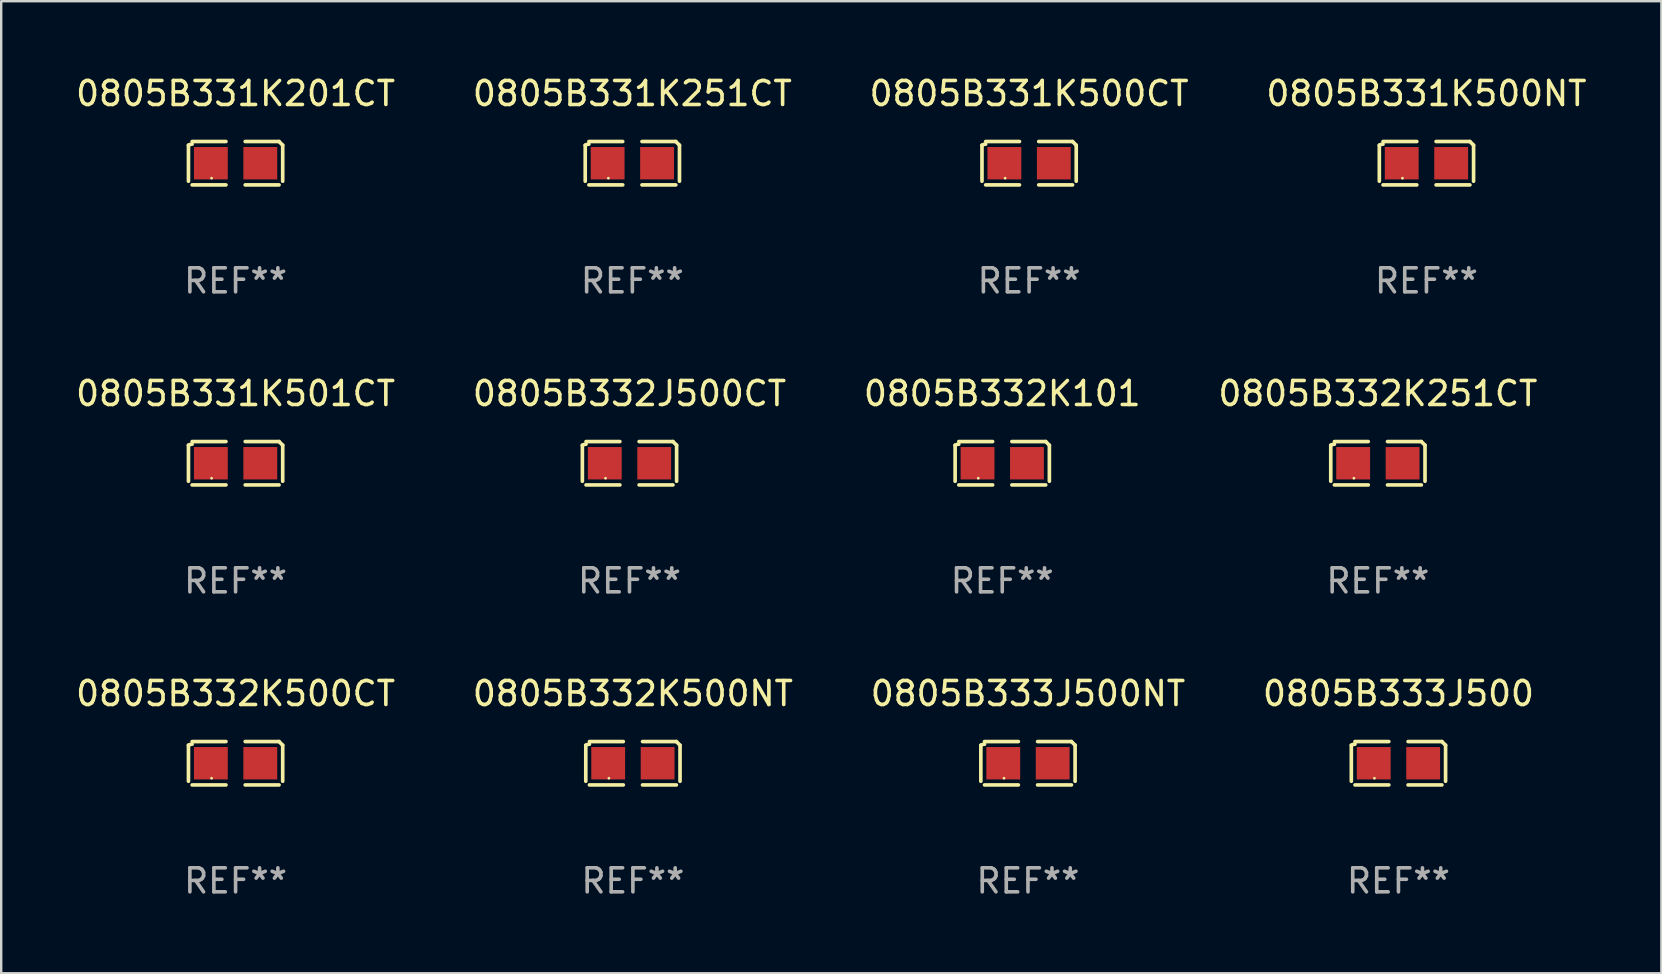
<source format=kicad_pcb>
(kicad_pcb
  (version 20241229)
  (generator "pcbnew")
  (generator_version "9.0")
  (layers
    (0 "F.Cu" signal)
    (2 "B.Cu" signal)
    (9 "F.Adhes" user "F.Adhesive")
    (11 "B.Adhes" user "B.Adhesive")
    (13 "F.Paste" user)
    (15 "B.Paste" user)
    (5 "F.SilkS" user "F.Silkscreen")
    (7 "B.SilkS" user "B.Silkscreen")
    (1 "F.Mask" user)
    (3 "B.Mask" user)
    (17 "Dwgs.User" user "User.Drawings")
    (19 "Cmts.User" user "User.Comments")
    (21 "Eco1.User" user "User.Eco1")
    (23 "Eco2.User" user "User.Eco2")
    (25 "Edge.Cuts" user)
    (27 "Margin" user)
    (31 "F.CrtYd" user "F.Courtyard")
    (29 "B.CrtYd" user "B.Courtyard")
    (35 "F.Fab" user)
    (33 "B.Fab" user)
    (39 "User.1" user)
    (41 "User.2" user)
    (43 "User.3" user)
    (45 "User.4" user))
  (footprint "0805B332K251CT"
    (layer "F.Cu")
    (at 54.375 16.256)
    (property "Reference" "0805B332K251CT" (at 0 -2.904 0) (layer "F.SilkS") (effects (font (size 1 1) (thickness 0.15))))
    (attr through_hole)
    (fp_line (start -1.964 0.751) (end -1.964 -0.751) (stroke (width 0.152) (type solid)) (layer "F.SilkS"))
    (fp_line (start -1.811 -0.904) (end -0.401 -0.904) (stroke (width 0.152) (type solid)) (layer "F.SilkS"))
    (fp_line (start -0.401 0.904) (end -1.811 0.904) (stroke (width 0.152) (type solid)) (layer "F.SilkS"))
    (fp_line (start 0.401 0.904) (end 1.811 0.904) (stroke (width 0.152) (type solid)) (layer "F.SilkS"))
    (fp_line (start 1.811 -0.904) (end 0.401 -0.904) (stroke (width 0.152) (type solid)) (layer "F.SilkS"))
    (fp_line (start 1.964 0.751) (end 1.964 -0.751) (stroke (width 0.152) (type solid)) (layer "F.SilkS"))
    (fp_arc (start -1.963602 -0.751207) (mid -1.890354 -0.783131) (end -1.811201 -0.794044) (stroke (width 0.1524) (type solid)) (layer "F.SilkS"))
    (fp_arc (start 1.811202 -0.903607) (mid 1.887413 -0.827418) (end 1.963602 -0.751207) (stroke (width 0.1524) (type solid)) (layer "F.SilkS"))
    (fp_circle (center -1 0.625) (end -0.97 0.625) (stroke (width 0.06) (type solid)) (fill no) (layer "F.SilkS"))
    (fp_text user "REF**" (at 0 4.904 0) (layer "F.Fab") (effects (font (size 1 1) (thickness 0.15))))
    (pad "1" smd rect (at -1.03 0) (size 1.41 1.35) (layers "F.Cu" "F.Mask" "F.Paste"))
    (pad "2" smd rect (at 1.03 0) (size 1.41 1.35) (layers "F.Cu" "F.Mask" "F.Paste")))
  (footprint "0805B333J500"
    (layer "F.Cu")
    (at 55.232 28.759)
    (property "Reference" "0805B333J500" (at 0 -2.904 0) (layer "F.SilkS") (effects (font (size 1 1) (thickness 0.15))))
    (attr through_hole)
    (fp_line (start -1.964 0.751) (end -1.964 -0.751) (stroke (width 0.152) (type solid)) (layer "F.SilkS"))
    (fp_line (start -1.811 -0.904) (end -0.401 -0.904) (stroke (width 0.152) (type solid)) (layer "F.SilkS"))
    (fp_line (start -0.401 0.904) (end -1.811 0.904) (stroke (width 0.152) (type solid)) (layer "F.SilkS"))
    (fp_line (start 0.401 0.904) (end 1.811 0.904) (stroke (width 0.152) (type solid)) (layer "F.SilkS"))
    (fp_line (start 1.811 -0.904) (end 0.401 -0.904) (stroke (width 0.152) (type solid)) (layer "F.SilkS"))
    (fp_line (start 1.964 0.751) (end 1.964 -0.751) (stroke (width 0.152) (type solid)) (layer "F.SilkS"))
    (fp_arc (start -1.963602 -0.751207) (mid -1.890354 -0.783131) (end -1.811201 -0.794044) (stroke (width 0.1524) (type solid)) (layer "F.SilkS"))
    (fp_arc (start 1.811202 -0.903607) (mid 1.887413 -0.827418) (end 1.963602 -0.751207) (stroke (width 0.1524) (type solid)) (layer "F.SilkS"))
    (fp_circle (center -1 0.625) (end -0.97 0.625) (stroke (width 0.06) (type solid)) (fill no) (layer "F.SilkS"))
    (fp_text user "REF**" (at 0 4.904 0) (layer "F.Fab") (effects (font (size 1 1) (thickness 0.15))))
    (pad "1" smd rect (at -1.03 0) (size 1.41 1.35) (layers "F.Cu" "F.Mask" "F.Paste"))
    (pad "2" smd rect (at 1.03 0) (size 1.41 1.35) (layers "F.Cu" "F.Mask" "F.Paste")))
  (footprint "0805B331K500CT"
    (layer "F.Cu")
    (at 39.839 3.752)
    (property "Reference" "0805B331K500CT" (at 0 -2.904 0) (layer "F.SilkS") (effects (font (size 1 1) (thickness 0.15))))
    (attr through_hole)
    (fp_line (start -1.964 0.751) (end -1.964 -0.751) (stroke (width 0.152) (type solid)) (layer "F.SilkS"))
    (fp_line (start -1.811 -0.904) (end -0.401 -0.904) (stroke (width 0.152) (type solid)) (layer "F.SilkS"))
    (fp_line (start -0.401 0.904) (end -1.811 0.904) (stroke (width 0.152) (type solid)) (layer "F.SilkS"))
    (fp_line (start 0.401 0.904) (end 1.811 0.904) (stroke (width 0.152) (type solid)) (layer "F.SilkS"))
    (fp_line (start 1.811 -0.904) (end 0.401 -0.904) (stroke (width 0.152) (type solid)) (layer "F.SilkS"))
    (fp_line (start 1.964 0.751) (end 1.964 -0.751) (stroke (width 0.152) (type solid)) (layer "F.SilkS"))
    (fp_arc (start -1.963602 -0.751207) (mid -1.890354 -0.783131) (end -1.811201 -0.794044) (stroke (width 0.1524) (type solid)) (layer "F.SilkS"))
    (fp_arc (start 1.811202 -0.903607) (mid 1.887413 -0.827418) (end 1.963602 -0.751207) (stroke (width 0.1524) (type solid)) (layer "F.SilkS"))
    (fp_circle (center -1 0.625) (end -0.97 0.625) (stroke (width 0.06) (type solid)) (fill no) (layer "F.SilkS"))
    (fp_text user "REF**" (at 0 4.904 0) (layer "F.Fab") (effects (font (size 1 1) (thickness 0.15))))
    (pad "1" smd rect (at -1.03 0) (size 1.41 1.35) (layers "F.Cu" "F.Mask" "F.Paste"))
    (pad "2" smd rect (at 1.03 0) (size 1.41 1.35) (layers "F.Cu" "F.Mask" "F.Paste")))
  (footprint "0805B333J500NT"
    (layer "F.Cu")
    (at 39.792 28.759)
    (property "Reference" "0805B333J500NT" (at 0 -2.904 0) (layer "F.SilkS") (effects (font (size 1 1) (thickness 0.15))))
    (attr through_hole)
    (fp_line (start -1.964 0.751) (end -1.964 -0.751) (stroke (width 0.152) (type solid)) (layer "F.SilkS"))
    (fp_line (start -1.811 -0.904) (end -0.401 -0.904) (stroke (width 0.152) (type solid)) (layer "F.SilkS"))
    (fp_line (start -0.401 0.904) (end -1.811 0.904) (stroke (width 0.152) (type solid)) (layer "F.SilkS"))
    (fp_line (start 0.401 0.904) (end 1.811 0.904) (stroke (width 0.152) (type solid)) (layer "F.SilkS"))
    (fp_line (start 1.811 -0.904) (end 0.401 -0.904) (stroke (width 0.152) (type solid)) (layer "F.SilkS"))
    (fp_line (start 1.964 0.751) (end 1.964 -0.751) (stroke (width 0.152) (type solid)) (layer "F.SilkS"))
    (fp_arc (start -1.963602 -0.751207) (mid -1.890354 -0.783131) (end -1.811201 -0.794044) (stroke (width 0.1524) (type solid)) (layer "F.SilkS"))
    (fp_arc (start 1.811202 -0.903607) (mid 1.887413 -0.827418) (end 1.963602 -0.751207) (stroke (width 0.1524) (type solid)) (layer "F.SilkS"))
    (fp_circle (center -1 0.625) (end -0.97 0.625) (stroke (width 0.06) (type solid)) (fill no) (layer "F.SilkS"))
    (fp_text user "REF**" (at 0 4.904 0) (layer "F.Fab") (effects (font (size 1 1) (thickness 0.15))))
    (pad "1" smd rect (at -1.03 0) (size 1.41 1.35) (layers "F.Cu" "F.Mask" "F.Paste"))
    (pad "2" smd rect (at 1.03 0) (size 1.41 1.35) (layers "F.Cu" "F.Mask" "F.Paste")))
  (footprint "0805B332J500CT"
    (layer "F.Cu")
    (at 23.185 16.256)
    (property "Reference" "0805B332J500CT" (at 0 -2.904 0) (layer "F.SilkS") (effects (font (size 1 1) (thickness 0.15))))
    (attr through_hole)
    (fp_line (start -1.964 0.751) (end -1.964 -0.751) (stroke (width 0.152) (type solid)) (layer "F.SilkS"))
    (fp_line (start -1.811 -0.904) (end -0.401 -0.904) (stroke (width 0.152) (type solid)) (layer "F.SilkS"))
    (fp_line (start -0.401 0.904) (end -1.811 0.904) (stroke (width 0.152) (type solid)) (layer "F.SilkS"))
    (fp_line (start 0.401 0.904) (end 1.811 0.904) (stroke (width 0.152) (type solid)) (layer "F.SilkS"))
    (fp_line (start 1.811 -0.904) (end 0.401 -0.904) (stroke (width 0.152) (type solid)) (layer "F.SilkS"))
    (fp_line (start 1.964 0.751) (end 1.964 -0.751) (stroke (width 0.152) (type solid)) (layer "F.SilkS"))
    (fp_arc (start -1.963602 -0.751207) (mid -1.890354 -0.783131) (end -1.811201 -0.794044) (stroke (width 0.1524) (type solid)) (layer "F.SilkS"))
    (fp_arc (start 1.811202 -0.903607) (mid 1.887413 -0.827418) (end 1.963602 -0.751207) (stroke (width 0.1524) (type solid)) (layer "F.SilkS"))
    (fp_circle (center -1 0.625) (end -0.97 0.625) (stroke (width 0.06) (type solid)) (fill no) (layer "F.SilkS"))
    (fp_text user "REF**" (at 0 4.904 0) (layer "F.Fab") (effects (font (size 1 1) (thickness 0.15))))
    (pad "1" smd rect (at -1.03 0) (size 1.41 1.35) (layers "F.Cu" "F.Mask" "F.Paste"))
    (pad "2" smd rect (at 1.03 0) (size 1.41 1.35) (layers "F.Cu" "F.Mask" "F.Paste")))
  (footprint "0805B332K500CT"
    (layer "F.Cu")
    (at 6.768 28.759)
    (property "Reference" "0805B332K500CT" (at 0 -2.904 0) (layer "F.SilkS") (effects (font (size 1 1) (thickness 0.15))))
    (attr through_hole)
    (fp_line (start -1.964 0.751) (end -1.964 -0.751) (stroke (width 0.152) (type solid)) (layer "F.SilkS"))
    (fp_line (start -1.811 -0.904) (end -0.401 -0.904) (stroke (width 0.152) (type solid)) (layer "F.SilkS"))
    (fp_line (start -0.401 0.904) (end -1.811 0.904) (stroke (width 0.152) (type solid)) (layer "F.SilkS"))
    (fp_line (start 0.401 0.904) (end 1.811 0.904) (stroke (width 0.152) (type solid)) (layer "F.SilkS"))
    (fp_line (start 1.811 -0.904) (end 0.401 -0.904) (stroke (width 0.152) (type solid)) (layer "F.SilkS"))
    (fp_line (start 1.964 0.751) (end 1.964 -0.751) (stroke (width 0.152) (type solid)) (layer "F.SilkS"))
    (fp_arc (start -1.963602 -0.751207) (mid -1.890354 -0.783131) (end -1.811201 -0.794044) (stroke (width 0.1524) (type solid)) (layer "F.SilkS"))
    (fp_arc (start 1.811202 -0.903607) (mid 1.887413 -0.827418) (end 1.963602 -0.751207) (stroke (width 0.1524) (type solid)) (layer "F.SilkS"))
    (fp_circle (center -1 0.625) (end -0.97 0.625) (stroke (width 0.06) (type solid)) (fill no) (layer "F.SilkS"))
    (fp_text user "REF**" (at 0 4.904 0) (layer "F.Fab") (effects (font (size 1 1) (thickness 0.15))))
    (pad "1" smd rect (at -1.03 0) (size 1.41 1.35) (layers "F.Cu" "F.Mask" "F.Paste"))
    (pad "2" smd rect (at 1.03 0) (size 1.41 1.35) (layers "F.Cu" "F.Mask" "F.Paste")))
  (footprint "0805B331K201CT"
    (layer "F.Cu")
    (at 6.768 3.752)
    (property "Reference" "0805B331K201CT" (at 0 -2.904 0) (layer "F.SilkS") (effects (font (size 1 1) (thickness 0.15))))
    (attr through_hole)
    (fp_line (start -1.964 0.751) (end -1.964 -0.751) (stroke (width 0.152) (type solid)) (layer "F.SilkS"))
    (fp_line (start -1.811 -0.904) (end -0.401 -0.904) (stroke (width 0.152) (type solid)) (layer "F.SilkS"))
    (fp_line (start -0.401 0.904) (end -1.811 0.904) (stroke (width 0.152) (type solid)) (layer "F.SilkS"))
    (fp_line (start 0.401 0.904) (end 1.811 0.904) (stroke (width 0.152) (type solid)) (layer "F.SilkS"))
    (fp_line (start 1.811 -0.904) (end 0.401 -0.904) (stroke (width 0.152) (type solid)) (layer "F.SilkS"))
    (fp_line (start 1.964 0.751) (end 1.964 -0.751) (stroke (width 0.152) (type solid)) (layer "F.SilkS"))
    (fp_arc (start -1.963602 -0.751207) (mid -1.890354 -0.783131) (end -1.811201 -0.794044) (stroke (width 0.1524) (type solid)) (layer "F.SilkS"))
    (fp_arc (start 1.811202 -0.903607) (mid 1.887413 -0.827418) (end 1.963602 -0.751207) (stroke (width 0.1524) (type solid)) (layer "F.SilkS"))
    (fp_circle (center -1 0.625) (end -0.97 0.625) (stroke (width 0.06) (type solid)) (fill no) (layer "F.SilkS"))
    (fp_text user "REF**" (at 0 4.904 0) (layer "F.Fab") (effects (font (size 1 1) (thickness 0.15))))
    (pad "1" smd rect (at -1.03 0) (size 1.41 1.35) (layers "F.Cu" "F.Mask" "F.Paste"))
    (pad "2" smd rect (at 1.03 0) (size 1.41 1.35) (layers "F.Cu" "F.Mask" "F.Paste")))
  (footprint "0805B331K500NT"
    (layer "F.Cu")
    (at 56.399 3.752)
    (property "Reference" "0805B331K500NT" (at 0 -2.904 0) (layer "F.SilkS") (effects (font (size 1 1) (thickness 0.15))))
    (attr through_hole)
    (fp_line (start -1.964 0.751) (end -1.964 -0.751) (stroke (width 0.152) (type solid)) (layer "F.SilkS"))
    (fp_line (start -1.811 -0.904) (end -0.401 -0.904) (stroke (width 0.152) (type solid)) (layer "F.SilkS"))
    (fp_line (start -0.401 0.904) (end -1.811 0.904) (stroke (width 0.152) (type solid)) (layer "F.SilkS"))
    (fp_line (start 0.401 0.904) (end 1.811 0.904) (stroke (width 0.152) (type solid)) (layer "F.SilkS"))
    (fp_line (start 1.811 -0.904) (end 0.401 -0.904) (stroke (width 0.152) (type solid)) (layer "F.SilkS"))
    (fp_line (start 1.964 0.751) (end 1.964 -0.751) (stroke (width 0.152) (type solid)) (layer "F.SilkS"))
    (fp_arc (start -1.963602 -0.751207) (mid -1.890354 -0.783131) (end -1.811201 -0.794044) (stroke (width 0.1524) (type solid)) (layer "F.SilkS"))
    (fp_arc (start 1.811202 -0.903607) (mid 1.887413 -0.827418) (end 1.963602 -0.751207) (stroke (width 0.1524) (type solid)) (layer "F.SilkS"))
    (fp_circle (center -1 0.625) (end -0.97 0.625) (stroke (width 0.06) (type solid)) (fill no) (layer "F.SilkS"))
    (fp_text user "REF**" (at 0 4.904 0) (layer "F.Fab") (effects (font (size 1 1) (thickness 0.15))))
    (pad "1" smd rect (at -1.03 0) (size 1.41 1.35) (layers "F.Cu" "F.Mask" "F.Paste"))
    (pad "2" smd rect (at 1.03 0) (size 1.41 1.35) (layers "F.Cu" "F.Mask" "F.Paste")))
  (footprint "0805B331K251CT"
    (layer "F.Cu")
    (at 23.304 3.752)
    (property "Reference" "0805B331K251CT" (at 0 -2.904 0) (layer "F.SilkS") (effects (font (size 1 1) (thickness 0.15))))
    (attr through_hole)
    (fp_line (start -1.964 0.751) (end -1.964 -0.751) (stroke (width 0.152) (type solid)) (layer "F.SilkS"))
    (fp_line (start -1.811 -0.904) (end -0.401 -0.904) (stroke (width 0.152) (type solid)) (layer "F.SilkS"))
    (fp_line (start -0.401 0.904) (end -1.811 0.904) (stroke (width 0.152) (type solid)) (layer "F.SilkS"))
    (fp_line (start 0.401 0.904) (end 1.811 0.904) (stroke (width 0.152) (type solid)) (layer "F.SilkS"))
    (fp_line (start 1.811 -0.904) (end 0.401 -0.904) (stroke (width 0.152) (type solid)) (layer "F.SilkS"))
    (fp_line (start 1.964 0.751) (end 1.964 -0.751) (stroke (width 0.152) (type solid)) (layer "F.SilkS"))
    (fp_arc (start -1.963602 -0.751207) (mid -1.890354 -0.783131) (end -1.811201 -0.794044) (stroke (width 0.1524) (type solid)) (layer "F.SilkS"))
    (fp_arc (start 1.811202 -0.903607) (mid 1.887413 -0.827418) (end 1.963602 -0.751207) (stroke (width 0.1524) (type solid)) (layer "F.SilkS"))
    (fp_circle (center -1 0.625) (end -0.97 0.625) (stroke (width 0.06) (type solid)) (fill no) (layer "F.SilkS"))
    (fp_text user "REF**" (at 0 4.904 0) (layer "F.Fab") (effects (font (size 1 1) (thickness 0.15))))
    (pad "1" smd rect (at -1.03 0) (size 1.41 1.35) (layers "F.Cu" "F.Mask" "F.Paste"))
    (pad "2" smd rect (at 1.03 0) (size 1.41 1.35) (layers "F.Cu" "F.Mask" "F.Paste")))
  (footprint "0805B332K500NT"
    (layer "F.Cu")
    (at 23.327 28.759)
    (property "Reference" "0805B332K500NT" (at 0 -2.904 0) (layer "F.SilkS") (effects (font (size 1 1) (thickness 0.15))))
    (attr through_hole)
    (fp_line (start -1.964 0.751) (end -1.964 -0.751) (stroke (width 0.152) (type solid)) (layer "F.SilkS"))
    (fp_line (start -1.811 -0.904) (end -0.401 -0.904) (stroke (width 0.152) (type solid)) (layer "F.SilkS"))
    (fp_line (start -0.401 0.904) (end -1.811 0.904) (stroke (width 0.152) (type solid)) (layer "F.SilkS"))
    (fp_line (start 0.401 0.904) (end 1.811 0.904) (stroke (width 0.152) (type solid)) (layer "F.SilkS"))
    (fp_line (start 1.811 -0.904) (end 0.401 -0.904) (stroke (width 0.152) (type solid)) (layer "F.SilkS"))
    (fp_line (start 1.964 0.751) (end 1.964 -0.751) (stroke (width 0.152) (type solid)) (layer "F.SilkS"))
    (fp_arc (start -1.963602 -0.751207) (mid -1.890354 -0.783131) (end -1.811201 -0.794044) (stroke (width 0.1524) (type solid)) (layer "F.SilkS"))
    (fp_arc (start 1.811202 -0.903607) (mid 1.887413 -0.827418) (end 1.963602 -0.751207) (stroke (width 0.1524) (type solid)) (layer "F.SilkS"))
    (fp_circle (center -1 0.625) (end -0.97 0.625) (stroke (width 0.06) (type solid)) (fill no) (layer "F.SilkS"))
    (fp_text user "REF**" (at 0 4.904 0) (layer "F.Fab") (effects (font (size 1 1) (thickness 0.15))))
    (pad "1" smd rect (at -1.03 0) (size 1.41 1.35) (layers "F.Cu" "F.Mask" "F.Paste"))
    (pad "2" smd rect (at 1.03 0) (size 1.41 1.35) (layers "F.Cu" "F.Mask" "F.Paste")))
  (footprint "0805B331K501CT"
    (layer "F.Cu")
    (at 6.768 16.256)
    (property "Reference" "0805B331K501CT" (at 0 -2.904 0) (layer "F.SilkS") (effects (font (size 1 1) (thickness 0.15))))
    (attr through_hole)
    (fp_line (start -1.964 0.751) (end -1.964 -0.751) (stroke (width 0.152) (type solid)) (layer "F.SilkS"))
    (fp_line (start -1.811 -0.904) (end -0.401 -0.904) (stroke (width 0.152) (type solid)) (layer "F.SilkS"))
    (fp_line (start -0.401 0.904) (end -1.811 0.904) (stroke (width 0.152) (type solid)) (layer "F.SilkS"))
    (fp_line (start 0.401 0.904) (end 1.811 0.904) (stroke (width 0.152) (type solid)) (layer "F.SilkS"))
    (fp_line (start 1.811 -0.904) (end 0.401 -0.904) (stroke (width 0.152) (type solid)) (layer "F.SilkS"))
    (fp_line (start 1.964 0.751) (end 1.964 -0.751) (stroke (width 0.152) (type solid)) (layer "F.SilkS"))
    (fp_arc (start -1.963602 -0.751207) (mid -1.890354 -0.783131) (end -1.811201 -0.794044) (stroke (width 0.1524) (type solid)) (layer "F.SilkS"))
    (fp_arc (start 1.811202 -0.903607) (mid 1.887413 -0.827418) (end 1.963602 -0.751207) (stroke (width 0.1524) (type solid)) (layer "F.SilkS"))
    (fp_circle (center -1 0.625) (end -0.97 0.625) (stroke (width 0.06) (type solid)) (fill no) (layer "F.SilkS"))
    (fp_text user "REF**" (at 0 4.904 0) (layer "F.Fab") (effects (font (size 1 1) (thickness 0.15))))
    (pad "1" smd rect (at -1.03 0) (size 1.41 1.35) (layers "F.Cu" "F.Mask" "F.Paste"))
    (pad "2" smd rect (at 1.03 0) (size 1.41 1.35) (layers "F.Cu" "F.Mask" "F.Paste")))
  (footprint "0805B332K101"
    (layer "F.Cu")
    (at 38.72 16.256)
    (property "Reference" "0805B332K101" (at 0 -2.904 0) (layer "F.SilkS") (effects (font (size 1 1) (thickness 0.15))))
    (attr through_hole)
    (fp_line (start -1.964 0.751) (end -1.964 -0.751) (stroke (width 0.152) (type solid)) (layer "F.SilkS"))
    (fp_line (start -1.811 -0.904) (end -0.401 -0.904) (stroke (width 0.152) (type solid)) (layer "F.SilkS"))
    (fp_line (start -0.401 0.904) (end -1.811 0.904) (stroke (width 0.152) (type solid)) (layer "F.SilkS"))
    (fp_line (start 0.401 0.904) (end 1.811 0.904) (stroke (width 0.152) (type solid)) (layer "F.SilkS"))
    (fp_line (start 1.811 -0.904) (end 0.401 -0.904) (stroke (width 0.152) (type solid)) (layer "F.SilkS"))
    (fp_line (start 1.964 0.751) (end 1.964 -0.751) (stroke (width 0.152) (type solid)) (layer "F.SilkS"))
    (fp_arc (start -1.963602 -0.751207) (mid -1.890354 -0.783131) (end -1.811201 -0.794044) (stroke (width 0.1524) (type solid)) (layer "F.SilkS"))
    (fp_arc (start 1.811202 -0.903607) (mid 1.887413 -0.827418) (end 1.963602 -0.751207) (stroke (width 0.1524) (type solid)) (layer "F.SilkS"))
    (fp_circle (center -1 0.625) (end -0.97 0.625) (stroke (width 0.06) (type solid)) (fill no) (layer "F.SilkS"))
    (fp_text user "REF**" (at 0 4.904 0) (layer "F.Fab") (effects (font (size 1 1) (thickness 0.15))))
    (pad "1" smd rect (at -1.03 0) (size 1.41 1.35) (layers "F.Cu" "F.Mask" "F.Paste"))
    (pad "2" smd rect (at 1.03 0) (size 1.41 1.35) (layers "F.Cu" "F.Mask" "F.Paste")))
  (gr_rect
    (start -3 -3)
    (end 66.19 37.511)
    (stroke (width 0.1) (type default))
    (fill no)
    (layer "Edge.Cuts")))
</source>
